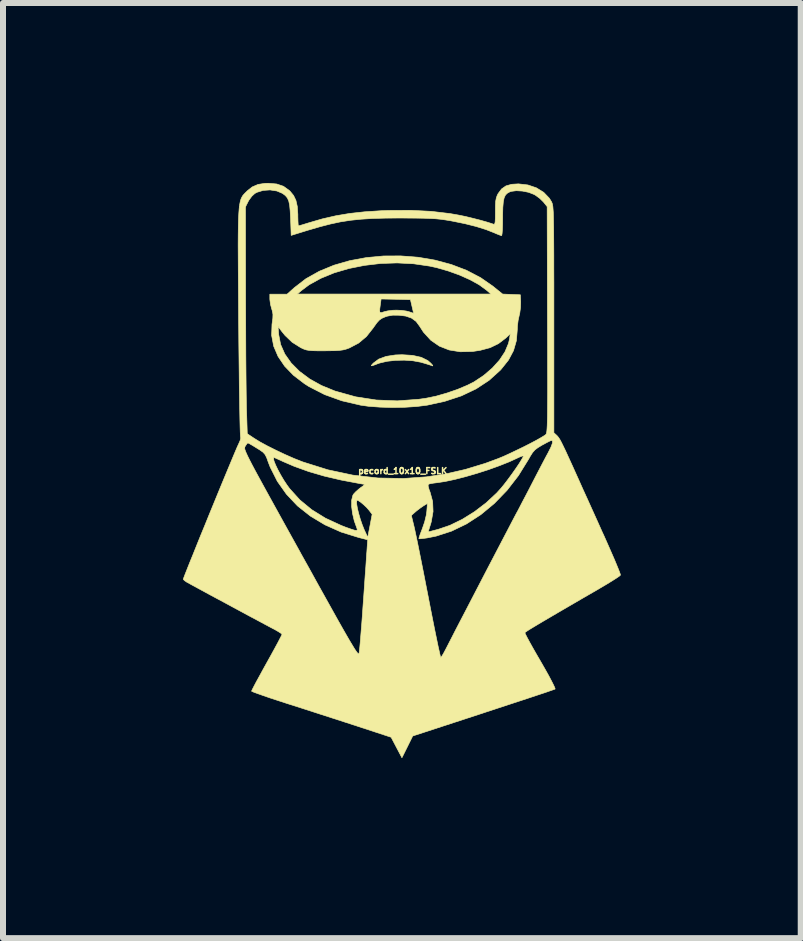
<source format=kicad_pcb>
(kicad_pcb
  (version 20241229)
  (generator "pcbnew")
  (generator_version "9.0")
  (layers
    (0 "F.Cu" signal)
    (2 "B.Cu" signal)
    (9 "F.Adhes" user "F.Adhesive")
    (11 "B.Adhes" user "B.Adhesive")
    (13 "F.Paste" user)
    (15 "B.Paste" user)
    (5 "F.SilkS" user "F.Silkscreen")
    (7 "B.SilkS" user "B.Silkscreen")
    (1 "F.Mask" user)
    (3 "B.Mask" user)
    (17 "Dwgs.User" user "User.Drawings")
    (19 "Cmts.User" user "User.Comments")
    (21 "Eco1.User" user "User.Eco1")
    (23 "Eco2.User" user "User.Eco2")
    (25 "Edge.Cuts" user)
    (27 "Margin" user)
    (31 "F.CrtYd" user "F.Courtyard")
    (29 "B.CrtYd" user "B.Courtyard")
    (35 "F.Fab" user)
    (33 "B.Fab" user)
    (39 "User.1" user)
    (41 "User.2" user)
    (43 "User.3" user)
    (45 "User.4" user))
  (footprint "pecord_10x10_FSLK"
    (layer "F.Cu")
    (at 3.663 4.8)
    (property "Reference" "pecord_10x10_FSLK" (at 0 0 0) (layer "F.SilkS") (effects (font (size 0.1 0.1) (thickness 0.025))))
    (attr through_hole)
    (fp_poly (pts (xy 0.165 -1.926) (xy 0.308 -1.894) (xy 0.418 -1.84) (xy 0.469 -1.795) (xy 0.499 -1.761) (xy 0.501 -1.75) (xy 0.478 -1.758) (xy 0.438 -1.771) (xy 0.373 -1.791) (xy 0.297 -1.813) (xy 0.295 -1.813) (xy 0.171 -1.836) (xy 0.028 -1.846) (xy -0.121 -1.843) (xy -0.262 -1.827) (xy -0.381 -1.799) (xy -0.406 -1.791) (xy -0.477 -1.764) (xy -0.515 -1.752) (xy -0.524 -1.755) (xy -0.51 -1.775) (xy -0.488 -1.798) (xy -0.399 -1.864) (xy -0.277 -1.909) (xy -0.123 -1.933) (xy -0.01 -1.937) (xy 0.165 -1.926)) (stroke (width 0.01) (type solid)) (fill yes) (layer "F.SilkS"))
    (fp_poly (pts (xy 0.256 -3.562) (xy 0.538 -3.514) (xy 0.809 -3.441) (xy 1.064 -3.344) (xy 1.299 -3.221) (xy 1.502 -3.08) (xy 1.665 -2.948) (xy 1.813 -2.942) (xy 1.961 -2.936) (xy 1.967 -2.818) (xy 1.964 -2.725) (xy 1.951 -2.629) (xy 1.942 -2.591) (xy 1.924 -2.508) (xy 1.912 -2.411) (xy 1.91 -2.353) (xy 1.895 -2.171) (xy 1.847 -2.005) (xy 1.764 -1.849) (xy 1.643 -1.697) (xy 1.627 -1.679) (xy 1.44 -1.51) (xy 1.224 -1.368) (xy 0.978 -1.251) (xy 0.701 -1.16) (xy 0.409 -1.096) (xy 0.236 -1.074) (xy 0.039 -1.061) (xy -0.17 -1.057) (xy -0.377 -1.063) (xy -0.568 -1.077) (xy -0.702 -1.096) (xy -1.015 -1.169) (xy -1.301 -1.272) (xy -1.561 -1.405) (xy -1.638 -1.454) (xy -1.821 -1.594) (xy -1.968 -1.746) (xy -2.078 -1.909) (xy -2.151 -2.08) (xy -2.185 -2.259) (xy -2.18 -2.408) (xy -2.078 -2.408) (xy -2.067 -2.272) (xy -2.035 -2.107) (xy -1.965 -1.948) (xy -1.859 -1.798) (xy -1.72 -1.659) (xy -1.551 -1.533) (xy -1.355 -1.424) (xy -1.133 -1.333) (xy -1.121 -1.329) (xy -0.783 -1.235) (xy -0.44 -1.182) (xy -0.09 -1.168) (xy 0.267 -1.194) (xy 0.386 -1.211) (xy 0.556 -1.246) (xy 0.737 -1.298) (xy 0.917 -1.36) (xy 1.08 -1.429) (xy 1.189 -1.484) (xy 1.351 -1.592) (xy 1.494 -1.715) (xy 1.614 -1.848) (xy 1.705 -1.986) (xy 1.763 -2.124) (xy 1.78 -2.196) (xy 1.793 -2.286) (xy 1.715 -2.212) (xy 1.595 -2.121) (xy 1.456 -2.054) (xy 1.291 -2.01) (xy 1.165 -1.991) (xy 0.959 -1.986) (xy 0.774 -2.016) (xy 0.611 -2.08) (xy 0.468 -2.179) (xy 0.346 -2.313) (xy 0.284 -2.409) (xy 0.224 -2.491) (xy 0.148 -2.547) (xy 0.05 -2.581) (xy -0.061 -2.595) (xy -0.166 -2.596) (xy -0.255 -2.58) (xy -0.294 -2.567) (xy -0.349 -2.543) (xy -0.391 -2.513) (xy -0.432 -2.468) (xy -0.482 -2.398) (xy -0.493 -2.382) (xy -0.605 -2.24) (xy -0.735 -2.131) (xy -0.889 -2.05) (xy -0.894 -2.048) (xy -0.944 -2.03) (xy -0.995 -2.017) (xy -1.054 -2.009) (xy -1.131 -2.004) (xy -1.236 -2.003) (xy -1.3 -2.002) (xy -1.417 -2.002) (xy -1.501 -2.004) (xy -1.562 -2.009) (xy -1.608 -2.017) (xy -1.649 -2.031) (xy -1.692 -2.051) (xy -1.707 -2.059) (xy -1.843 -2.145) (xy -1.961 -2.258) (xy -2.017 -2.327) (xy -2.078 -2.408) (xy -2.18 -2.408) (xy -2.179 -2.443) (xy -2.177 -2.457) (xy -2.165 -2.545) (xy -2.163 -2.607) (xy -2.17 -2.653) (xy -0.384 -2.653) (xy -0.373 -2.637) (xy -0.346 -2.641) (xy -0.31 -2.653) (xy -0.248 -2.668) (xy -0.165 -2.678) (xy -0.102 -2.68) (xy -0.018 -2.676) (xy 0.061 -2.665) (xy 0.107 -2.653) (xy 0.154 -2.637) (xy 0.18 -2.629) (xy 0.182 -2.629) (xy 0.177 -2.648) (xy 0.166 -2.696) (xy 0.155 -2.743) (xy 0.129 -2.855) (xy -0.116 -2.861) (xy -0.36 -2.866) (xy -0.373 -2.771) (xy -0.383 -2.696) (xy -0.384 -2.653) (xy -2.17 -2.653) (xy -2.171 -2.659) (xy -2.184 -2.701) (xy -2.204 -2.776) (xy -2.214 -2.852) (xy -2.215 -2.868) (xy -2.215 -2.946) (xy -2.071 -2.946) (xy -1.927 -2.946) (xy -1.925 -2.948) (xy -1.758 -2.948) (xy 1.473 -2.948) (xy 1.392 -3.017) (xy 1.274 -3.103) (xy 1.124 -3.186) (xy 0.95 -3.264) (xy 0.762 -3.332) (xy 0.568 -3.388) (xy 0.449 -3.414) (xy 0.182 -3.453) (xy -0.092 -3.467) (xy -0.367 -3.458) (xy -0.637 -3.426) (xy -0.897 -3.374) (xy -1.142 -3.302) (xy -1.364 -3.211) (xy -1.56 -3.103) (xy -1.692 -3.004) (xy -1.758 -2.948) (xy -1.925 -2.948) (xy -1.808 -3.053) (xy -1.614 -3.203) (xy -1.391 -3.328) (xy -1.146 -3.429) (xy -0.882 -3.505) (xy -0.606 -3.556) (xy -0.32 -3.583) (xy -0.032 -3.584) (xy 0.256 -3.562)) (stroke (width 0.01) (type solid)) (fill yes) (layer "F.SilkS"))
    (fp_poly (pts (xy -2.1 -4.783) (xy -1.988 -4.745) (xy -1.892 -4.676) (xy -1.878 -4.663) (xy -1.819 -4.591) (xy -1.78 -4.509) (xy -1.757 -4.407) (xy -1.748 -4.277) (xy -1.748 -4.238) (xy -1.746 -4.165) (xy -1.743 -4.11) (xy -1.739 -4.085) (xy -1.738 -4.084) (xy -1.716 -4.09) (xy -1.665 -4.105) (xy -1.594 -4.127) (xy -1.571 -4.134) (xy -1.341 -4.201) (xy -1.115 -4.253) (xy -0.884 -4.292) (xy -0.638 -4.319) (xy -0.365 -4.337) (xy -0.234 -4.342) (xy 0.135 -4.344) (xy 0.474 -4.327) (xy 0.787 -4.29) (xy 0.93 -4.265) (xy 1.043 -4.242) (xy 1.166 -4.212) (xy 1.288 -4.181) (xy 1.398 -4.15) (xy 1.484 -4.123) (xy 1.509 -4.114) (xy 1.524 -4.111) (xy 1.535 -4.122) (xy 1.541 -4.152) (xy 1.544 -4.208) (xy 1.545 -4.297) (xy 1.545 -4.321) (xy 1.546 -4.424) (xy 1.55 -4.497) (xy 1.56 -4.549) (xy 1.575 -4.592) (xy 1.59 -4.622) (xy 1.648 -4.7) (xy 1.721 -4.751) (xy 1.816 -4.778) (xy 1.93 -4.785) (xy 2.086 -4.767) (xy 2.228 -4.719) (xy 2.35 -4.644) (xy 2.444 -4.546) (xy 2.481 -4.486) (xy 2.487 -4.472) (xy 2.493 -4.456) (xy 2.498 -4.434) (xy 2.503 -4.405) (xy 2.506 -4.366) (xy 2.51 -4.314) (xy 2.512 -4.247) (xy 2.514 -4.162) (xy 2.516 -4.056) (xy 2.517 -3.928) (xy 2.518 -3.775) (xy 2.519 -3.594) (xy 2.519 -3.382) (xy 2.52 -3.138) (xy 2.52 -2.858) (xy 2.52 -2.54) (xy 2.52 -2.524) (xy 2.52 -0.636) (xy 2.562 -0.598) (xy 2.581 -0.579) (xy 2.599 -0.556) (xy 2.62 -0.524) (xy 2.645 -0.478) (xy 2.676 -0.415) (xy 2.717 -0.33) (xy 2.768 -0.218) (xy 2.833 -0.076) (xy 2.876 0.02) (xy 2.933 0.146) (xy 3.002 0.301) (xy 3.081 0.474) (xy 3.164 0.658) (xy 3.248 0.844) (xy 3.328 1.023) (xy 3.352 1.074) (xy 3.419 1.225) (xy 3.48 1.364) (xy 3.534 1.488) (xy 3.577 1.592) (xy 3.609 1.671) (xy 3.627 1.721) (xy 3.63 1.737) (xy 3.61 1.755) (xy 3.56 1.789) (xy 3.486 1.836) (xy 3.393 1.893) (xy 3.286 1.956) (xy 3.258 1.973) (xy 3.012 2.115) (xy 2.799 2.239) (xy 2.617 2.345) (xy 2.465 2.434) (xy 2.339 2.508) (xy 2.238 2.568) (xy 2.16 2.615) (xy 2.103 2.65) (xy 2.065 2.675) (xy 2.044 2.69) (xy 2.037 2.697) (xy 2.045 2.719) (xy 2.071 2.771) (xy 2.113 2.849) (xy 2.167 2.946) (xy 2.232 3.06) (xy 2.296 3.17) (xy 2.37 3.299) (xy 2.434 3.413) (xy 2.484 3.508) (xy 2.52 3.58) (xy 2.539 3.624) (xy 2.54 3.637) (xy 2.518 3.645) (xy 2.46 3.665) (xy 2.371 3.696) (xy 2.253 3.735) (xy 2.109 3.783) (xy 1.945 3.837) (xy 1.762 3.897) (xy 1.564 3.962) (xy 1.354 4.031) (xy 1.343 4.035) (xy 0.167 4.419) (xy 0.077 4.601) (xy -0.013 4.782) (xy -0.103 4.611) (xy -0.193 4.44) (xy -0.762 4.253) (xy -0.944 4.194) (xy -1.151 4.127) (xy -1.371 4.056) (xy -1.59 3.985) (xy -1.795 3.919) (xy -1.925 3.878) (xy -2.072 3.83) (xy -2.207 3.786) (xy -2.323 3.746) (xy -2.416 3.713) (xy -2.482 3.689) (xy -2.516 3.674) (xy -2.519 3.671) (xy -2.51 3.649) (xy -2.483 3.596) (xy -2.442 3.518) (xy -2.388 3.42) (xy -2.326 3.306) (xy -2.266 3.198) (xy -2.197 3.074) (xy -2.135 2.961) (xy -2.083 2.865) (xy -2.044 2.79) (xy -2.019 2.742) (xy -2.012 2.725) (xy -2.028 2.708) (xy -2.073 2.679) (xy -2.137 2.642) (xy -2.159 2.631) (xy -2.216 2.601) (xy -2.3 2.556) (xy -2.406 2.499) (xy -2.53 2.433) (xy -2.665 2.36) (xy -2.808 2.283) (xy -2.952 2.205) (xy -3.094 2.129) (xy -3.228 2.057) (xy -3.349 1.991) (xy -3.452 1.935) (xy -3.533 1.891) (xy -3.585 1.862) (xy -3.602 1.853) (xy -3.64 1.826) (xy -3.658 1.806) (xy -3.658 1.805) (xy -3.65 1.782) (xy -3.629 1.726) (xy -3.595 1.64) (xy -3.551 1.529) (xy -3.497 1.397) (xy -3.437 1.247) (xy -3.371 1.083) (xy -3.3 0.911) (xy -3.228 0.733) (xy -3.154 0.553) (xy -3.082 0.377) (xy -3.012 0.207) (xy -2.946 0.048) (xy -2.886 -0.096) (xy -2.834 -0.221) (xy -2.791 -0.323) (xy -2.768 -0.377) (xy -2.634 -0.377) (xy -2.631 -0.358) (xy -2.622 -0.332) (xy -2.607 -0.296) (xy -2.585 -0.248) (xy -2.554 -0.186) (xy -2.514 -0.108) (xy -2.463 -0.012) (xy -2.4 0.104) (xy -2.324 0.243) (xy -2.234 0.407) (xy -2.129 0.597) (xy -2.008 0.816) (xy -1.869 1.067) (xy -1.712 1.35) (xy -1.7 1.373) (xy -1.54 1.66) (xy -1.4 1.914) (xy -1.276 2.136) (xy -1.169 2.328) (xy -1.077 2.493) (xy -0.999 2.631) (xy -0.933 2.746) (xy -0.879 2.839) (xy -0.835 2.912) (xy -0.801 2.968) (xy -0.775 3.007) (xy -0.756 3.032) (xy -0.743 3.046) (xy -0.734 3.049) (xy -0.729 3.044) (xy -0.727 3.039) (xy -0.723 3.005) (xy -0.715 2.935) (xy -0.706 2.835) (xy -0.696 2.709) (xy -0.684 2.563) (xy -0.672 2.403) (xy -0.662 2.256) (xy -0.649 2.079) (xy -0.637 1.906) (xy -0.626 1.744) (xy -0.615 1.599) (xy -0.607 1.477) (xy -0.601 1.386) (xy -0.597 1.341) (xy -0.584 1.148) (xy -0.734 1.11) (xy -1.027 1.019) (xy -1.296 0.899) (xy -1.539 0.753) (xy -1.754 0.583) (xy -1.938 0.388) (xy -2.09 0.173) (xy -2.209 -0.063) (xy -2.244 -0.154) (xy -2.263 -0.208) (xy -2.155 -0.208) (xy -2.145 -0.164) (xy -2.119 -0.099) (xy -2.081 -0.02) (xy -2.034 0.067) (xy -1.982 0.155) (xy -1.927 0.238) (xy -1.885 0.295) (xy -1.715 0.483) (xy -1.517 0.646) (xy -1.288 0.788) (xy -1.026 0.909) (xy -0.955 0.937) (xy -0.862 0.97) (xy -0.801 0.989) (xy -0.768 0.992) (xy -0.757 0.982) (xy -0.762 0.96) (xy -0.807 0.834) (xy -0.837 0.707) (xy -0.852 0.589) (xy -0.851 0.505) (xy -0.769 0.505) (xy -0.767 0.554) (xy -0.755 0.625) (xy -0.734 0.711) (xy -0.707 0.804) (xy -0.675 0.897) (xy -0.641 0.982) (xy -0.639 0.986) (xy -0.583 1.107) (xy -0.546 0.916) (xy -0.513 0.742) (xy 0.144 0.742) (xy 0.191 0.935) (xy 0.204 0.994) (xy 0.224 1.088) (xy 0.25 1.212) (xy 0.28 1.362) (xy 0.314 1.532) (xy 0.351 1.718) (xy 0.389 1.914) (xy 0.429 2.117) (xy 0.429 2.118) (xy 0.467 2.313) (xy 0.503 2.495) (xy 0.536 2.66) (xy 0.566 2.806) (xy 0.591 2.927) (xy 0.612 3.02) (xy 0.626 3.082) (xy 0.634 3.108) (xy 0.635 3.109) (xy 0.65 3.092) (xy 0.678 3.046) (xy 0.714 2.979) (xy 0.744 2.921) (xy 0.772 2.866) (xy 0.817 2.779) (xy 0.875 2.665) (xy 0.946 2.528) (xy 1.027 2.373) (xy 1.115 2.203) (xy 1.208 2.024) (xy 1.304 1.839) (xy 1.4 1.654) (xy 1.495 1.472) (xy 1.586 1.298) (xy 1.671 1.135) (xy 1.747 0.99) (xy 1.812 0.865) (xy 1.864 0.766) (xy 1.901 0.696) (xy 1.91 0.681) (xy 1.944 0.616) (xy 1.992 0.523) (xy 2.05 0.413) (xy 2.112 0.294) (xy 2.164 0.193) (xy 2.226 0.073) (xy 2.288 -0.046) (xy 2.345 -0.155) (xy 2.392 -0.244) (xy 2.421 -0.297) (xy 2.471 -0.396) (xy 2.496 -0.464) (xy 2.496 -0.5) (xy 2.481 -0.508) (xy 2.455 -0.499) (xy 2.405 -0.474) (xy 2.339 -0.438) (xy 2.323 -0.43) (xy 2.254 -0.388) (xy 2.205 -0.351) (xy 2.165 -0.306) (xy 2.125 -0.243) (xy 2.096 -0.191) (xy 1.928 0.08) (xy 1.738 0.325) (xy 1.528 0.542) (xy 1.302 0.729) (xy 1.063 0.884) (xy 0.814 1.004) (xy 0.557 1.087) (xy 0.408 1.117) (xy 0.34 1.126) (xy 0.29 1.131) (xy 0.27 1.13) (xy 0.274 1.11) (xy 0.29 1.06) (xy 0.316 0.992) (xy 0.327 0.963) (xy 0.366 0.85) (xy 0.393 0.737) (xy 0.402 0.673) (xy 0.412 0.543) (xy 0.351 0.579) (xy 0.297 0.616) (xy 0.235 0.663) (xy 0.217 0.678) (xy 0.144 0.742) (xy -0.513 0.742) (xy -0.509 0.724) (xy -0.56 0.657) (xy -0.601 0.61) (xy -0.653 0.561) (xy -0.704 0.519) (xy -0.745 0.492) (xy -0.759 0.488) (xy -0.769 0.505) (xy -0.851 0.505) (xy -0.851 0.487) (xy -0.832 0.41) (xy -0.821 0.389) (xy -0.784 0.349) (xy -0.731 0.302) (xy -0.708 0.284) (xy -0.659 0.249) (xy 0.423 0.249) (xy 0.439 0.309) (xy 0.457 0.356) (xy 0.499 0.51) (xy 0.506 0.677) (xy 0.476 0.848) (xy 0.468 0.877) (xy 0.447 0.943) (xy 0.432 0.992) (xy 0.427 1.012) (xy 0.443 1.013) (xy 0.462 1.008) (xy 0.503 0.997) (xy 0.564 0.981) (xy 0.589 0.975) (xy 0.788 0.907) (xy 0.993 0.807) (xy 1.197 0.68) (xy 1.391 0.532) (xy 1.567 0.368) (xy 1.641 0.286) (xy 1.695 0.22) (xy 1.756 0.14) (xy 1.82 0.053) (xy 1.882 -0.035) (xy 1.937 -0.116) (xy 1.979 -0.184) (xy 2.006 -0.231) (xy 2.012 -0.249) (xy 1.996 -0.249) (xy 1.954 -0.234) (xy 1.915 -0.216) (xy 1.776 -0.152) (xy 1.61 -0.086) (xy 1.427 -0.02) (xy 1.237 0.041) (xy 1.047 0.096) (xy 0.868 0.142) (xy 0.708 0.176) (xy 0.584 0.195) (xy 0.512 0.204) (xy 0.456 0.214) (xy 0.429 0.222) (xy 0.423 0.249) (xy -0.659 0.249) (xy -0.627 0.226) (xy -0.705 0.213) (xy -1.023 0.153) (xy -1.309 0.086) (xy -1.569 0.01) (xy -1.81 -0.077) (xy -1.989 -0.154) (xy -2.059 -0.186) (xy -2.114 -0.211) (xy -2.144 -0.223) (xy -2.147 -0.224) (xy -2.155 -0.208) (xy -2.263 -0.208) (xy -2.27 -0.226) (xy -2.295 -0.274) (xy -2.328 -0.311) (xy -2.38 -0.348) (xy -2.432 -0.38) (xy -2.498 -0.421) (xy -2.55 -0.451) (xy -2.579 -0.466) (xy -2.581 -0.467) (xy -2.598 -0.452) (xy -2.623 -0.414) (xy -2.625 -0.411) (xy -2.63 -0.402) (xy -2.634 -0.391) (xy -2.634 -0.377) (xy -2.768 -0.377) (xy -2.759 -0.398) (xy -2.739 -0.442) (xy -2.735 -0.45) (xy -2.71 -0.507) (xy -2.7 -0.548) (xy -2.703 -0.561) (xy -2.705 -0.584) (xy -2.708 -0.644) (xy -2.711 -0.739) (xy -2.714 -0.866) (xy -2.717 -1.023) (xy -2.72 -1.205) (xy -2.724 -1.412) (xy -2.726 -1.638) (xy -2.729 -1.883) (xy -2.732 -2.142) (xy -2.734 -2.414) (xy -2.735 -2.459) (xy -2.737 -2.792) (xy -2.739 -3.087) (xy -2.741 -3.347) (xy -2.742 -3.573) (xy -2.743 -3.769) (xy -2.742 -3.937) (xy -2.74 -4.079) (xy -2.737 -4.198) (xy -2.732 -4.296) (xy -2.726 -4.376) (xy -2.723 -4.401) (xy -2.621 -4.401) (xy -2.619 -2.886) (xy -2.618 -2.63) (xy -2.617 -2.377) (xy -2.616 -2.132) (xy -2.615 -1.898) (xy -2.613 -1.68) (xy -2.611 -1.482) (xy -2.609 -1.31) (xy -2.607 -1.165) (xy -2.605 -1.055) (xy -2.603 -0.996) (xy -2.591 -0.62) (xy -2.479 -0.545) (xy -2.382 -0.485) (xy -2.257 -0.417) (xy -2.113 -0.345) (xy -1.961 -0.273) (xy -1.811 -0.207) (xy -1.672 -0.152) (xy -1.654 -0.146) (xy -1.246 -0.018) (xy -0.832 0.07) (xy -0.412 0.118) (xy 0.015 0.126) (xy 0.396 0.099) (xy 0.714 0.051) (xy 1.045 -0.025) (xy 1.376 -0.126) (xy 1.59 -0.205) (xy 1.68 -0.242) (xy 1.785 -0.29) (xy 1.9 -0.345) (xy 2.018 -0.402) (xy 2.13 -0.459) (xy 2.23 -0.512) (xy 2.311 -0.558) (xy 2.366 -0.592) (xy 2.382 -0.604) (xy 2.389 -0.611) (xy 2.394 -0.622) (xy 2.399 -0.64) (xy 2.403 -0.667) (xy 2.406 -0.705) (xy 2.409 -0.757) (xy 2.411 -0.825) (xy 2.413 -0.912) (xy 2.414 -1.021) (xy 2.415 -1.153) (xy 2.416 -1.312) (xy 2.416 -1.499) (xy 2.415 -1.718) (xy 2.415 -1.97) (xy 2.414 -2.259) (xy 2.413 -2.521) (xy 2.408 -4.406) (xy 2.345 -4.484) (xy 2.286 -4.542) (xy 2.214 -4.595) (xy 2.189 -4.609) (xy 2.099 -4.644) (xy 1.995 -4.665) (xy 1.894 -4.671) (xy 1.809 -4.66) (xy 1.788 -4.653) (xy 1.745 -4.63) (xy 1.713 -4.599) (xy 1.691 -4.552) (xy 1.677 -4.486) (xy 1.669 -4.392) (xy 1.666 -4.266) (xy 1.666 -4.217) (xy 1.665 -4.113) (xy 1.662 -4.025) (xy 1.657 -3.96) (xy 1.651 -3.925) (xy 1.648 -3.922) (xy 1.621 -3.93) (xy 1.57 -3.95) (xy 1.521 -3.971) (xy 1.389 -4.023) (xy 1.226 -4.074) (xy 1.039 -4.121) (xy 0.838 -4.162) (xy 0.792 -4.171) (xy 0.71 -4.184) (xy 0.631 -4.195) (xy 0.55 -4.203) (xy 0.459 -4.208) (xy 0.351 -4.212) (xy 0.221 -4.214) (xy 0.06 -4.215) (xy -0.041 -4.216) (xy -0.288 -4.214) (xy -0.502 -4.208) (xy -0.693 -4.196) (xy -0.868 -4.178) (xy -1.036 -4.152) (xy -1.204 -4.116) (xy -1.382 -4.07) (xy -1.577 -4.013) (xy -1.636 -3.995) (xy -1.859 -3.926) (xy -1.869 -4.204) (xy -1.876 -4.334) (xy -1.885 -4.43) (xy -1.9 -4.5) (xy -1.923 -4.551) (xy -1.956 -4.59) (xy -2.001 -4.624) (xy -2.001 -4.625) (xy -2.097 -4.666) (xy -2.211 -4.684) (xy -2.326 -4.676) (xy -2.43 -4.644) (xy -2.465 -4.625) (xy -2.514 -4.58) (xy -2.561 -4.517) (xy -2.576 -4.491) (xy -2.621 -4.401) (xy -2.723 -4.401) (xy -2.718 -4.44) (xy -2.708 -4.491) (xy -2.696 -4.532) (xy -2.681 -4.564) (xy -2.665 -4.591) (xy -2.645 -4.614) (xy -2.623 -4.637) (xy -2.598 -4.661) (xy -2.594 -4.666) (xy -2.508 -4.734) (xy -2.411 -4.776) (xy -2.293 -4.794) (xy -2.238 -4.795) (xy -2.1 -4.783)) (stroke (width 0.01) (type solid)) (fill yes) (layer "F.SilkS")))
  (gr_rect
    (start -3 -3)
    (end 10.298 12.588)
    (stroke (width 0.1) (type default))
    (fill no)
    (layer "Edge.Cuts")))
</source>
